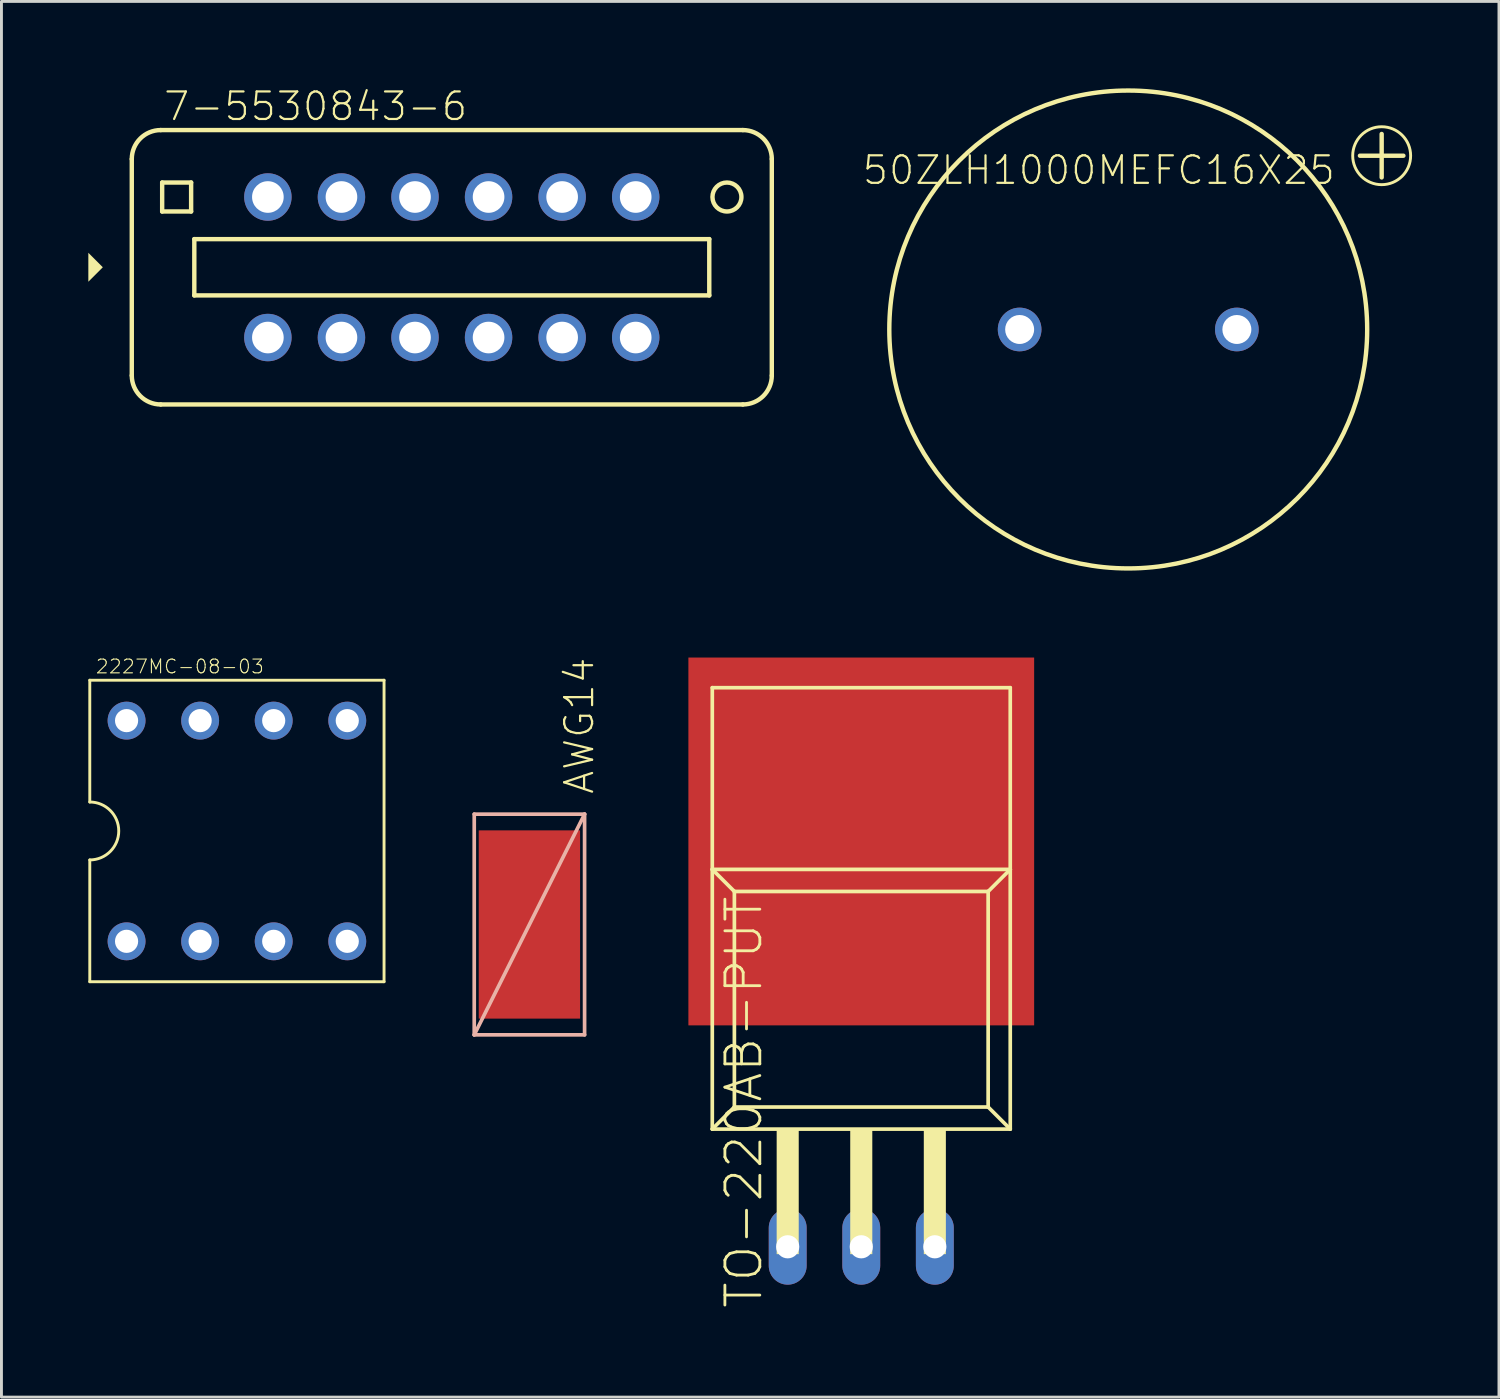
<source format=kicad_pcb>
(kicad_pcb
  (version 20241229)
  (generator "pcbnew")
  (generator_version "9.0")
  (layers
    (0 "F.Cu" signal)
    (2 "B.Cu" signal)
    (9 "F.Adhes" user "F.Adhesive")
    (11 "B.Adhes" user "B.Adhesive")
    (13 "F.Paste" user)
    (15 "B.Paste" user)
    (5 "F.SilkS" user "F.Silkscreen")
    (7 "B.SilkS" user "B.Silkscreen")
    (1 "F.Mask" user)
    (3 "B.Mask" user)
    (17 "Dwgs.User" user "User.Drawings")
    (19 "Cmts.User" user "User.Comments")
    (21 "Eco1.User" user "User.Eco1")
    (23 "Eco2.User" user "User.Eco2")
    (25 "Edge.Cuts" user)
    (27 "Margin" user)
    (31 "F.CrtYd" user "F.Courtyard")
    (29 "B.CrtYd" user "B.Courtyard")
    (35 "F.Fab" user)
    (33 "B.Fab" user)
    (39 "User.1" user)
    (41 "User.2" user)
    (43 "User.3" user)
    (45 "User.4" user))
  (footprint "50ZLH1000MEFC16X25"
    (layer "F.Cu")
    (at 35.905 8.326)
    (property "Reference" "50ZLH1000MEFC16X25" (at -9.231 -4.944 0) (layer "F.SilkS") (effects (font (size 0.95 0.95) (thickness 0.076)) (justify left bottom)))
    (attr through_hole)
    (fp_line (start 8 -6) (end 9.5 -6) (stroke (width 0.152) (type solid)) (layer "F.SilkS"))
    (fp_line (start 8.75 -6.75) (end 8.75 -5.25) (stroke (width 0.152) (type solid)) (layer "F.SilkS"))
    (fp_circle (center 0 0) (end 8.25 0) (stroke (width 0.152) (type solid)) (fill no) (layer "F.SilkS"))
    (fp_circle (center 8.75 -6) (end 9.75 -6) (stroke (width 0.1) (type solid)) (fill no) (layer "F.SilkS"))
    (pad "A" thru_hole circle (at 3.75 0) (size 1.508 1.508) (drill 1) (layers "*.Cu" "*.Mask"))
    (pad "C" thru_hole circle (at -3.75 0) (size 1.508 1.508) (drill 1) (layers "*.Cu" "*.Mask")))
  (footprint "7-5530843-6"
    (layer "F.Cu")
    (at 12.549 6.178)
    (property "Reference" "7-5530843-6" (at -10 -5 0) (layer "F.SilkS") (effects (font (size 0.95 0.95) (thickness 0.076)) (justify left bottom)))
    (attr through_hole)
    (fp_line (start -11.049 -3.737) (end -11.049 3.737) (stroke (width 0.152) (type solid)) (layer "F.SilkS"))
    (fp_line (start -10.049 4.737) (end 10.049 4.737) (stroke (width 0.152) (type solid)) (layer "F.SilkS"))
    (fp_line (start -10 -2.926) (end -10 -1.926) (stroke (width 0.152) (type solid)) (layer "F.SilkS"))
    (fp_line (start -10 -1.926) (end -9 -1.926) (stroke (width 0.152) (type solid)) (layer "F.SilkS"))
    (fp_line (start -9 -2.926) (end -10 -2.926) (stroke (width 0.152) (type solid)) (layer "F.SilkS"))
    (fp_line (start -9 -1.926) (end -9 -2.926) (stroke (width 0.152) (type solid)) (layer "F.SilkS"))
    (fp_line (start -8.89 -0.972) (end -8.89 0.972) (stroke (width 0.152) (type solid)) (layer "F.SilkS"))
    (fp_line (start -8.89 0.972) (end 8.89 0.972) (stroke (width 0.152) (type solid)) (layer "F.SilkS"))
    (fp_line (start 8.89 -0.972) (end -8.89 -0.972) (stroke (width 0.152) (type solid)) (layer "F.SilkS"))
    (fp_line (start 8.89 0.972) (end 8.89 -0.972) (stroke (width 0.152) (type solid)) (layer "F.SilkS"))
    (fp_line (start 10.049 -4.737) (end -10.049 -4.737) (stroke (width 0.152) (type solid)) (layer "F.SilkS"))
    (fp_line (start 11.049 3.737) (end 11.049 -3.737) (stroke (width 0.152) (type solid)) (layer "F.SilkS"))
    (fp_arc (start -11.049 -3.7371) (mid -10.756107 -4.444207) (end -10.049 -4.7371) (stroke (width 0.1524) (type solid)) (layer "F.SilkS"))
    (fp_arc (start -10.049 4.7371) (mid -10.756107 4.444207) (end -11.049 3.7371) (stroke (width 0.1524) (type solid)) (layer "F.SilkS"))
    (fp_arc (start 10.049 -4.7371) (mid 10.756107 -4.444207) (end 11.049 -3.7371) (stroke (width 0.1524) (type solid)) (layer "F.SilkS"))
    (fp_arc (start 11.049 3.7371) (mid 10.756107 4.444207) (end 10.049 4.7371) (stroke (width 0.1524) (type solid)) (layer "F.SilkS"))
    (fp_circle (center 9.5 -2.426) (end 10 -2.426) (stroke (width 0.152) (type solid)) (fill no) (layer "F.SilkS"))
    (fp_poly (pts (xy -12.549 -0.5) (xy -12.049 0) (xy -12.549 0.5)) (stroke (width 0) (type solid)) (fill yes) (layer "F.SilkS"))
    (pad "P$1" thru_hole circle (at -6.35 2.426) (size 1.638 1.638) (drill 1.092) (layers "*.Cu" "*.Mask"))
    (pad "P$2" thru_hole circle (at -3.81 2.426) (size 1.638 1.638) (drill 1.092) (layers "*.Cu" "*.Mask"))
    (pad "P$3" thru_hole circle (at -1.27 2.426) (size 1.638 1.638) (drill 1.092) (layers "*.Cu" "*.Mask"))
    (pad "P$4" thru_hole circle (at 1.27 2.426) (size 1.638 1.638) (drill 1.092) (layers "*.Cu" "*.Mask"))
    (pad "P$5" thru_hole circle (at 3.81 2.426) (size 1.638 1.638) (drill 1.092) (layers "*.Cu" "*.Mask"))
    (pad "P$6" thru_hole circle (at 6.35 2.426) (size 1.638 1.638) (drill 1.092) (layers "*.Cu" "*.Mask"))
    (pad "P$7" thru_hole circle (at 6.35 -2.426) (size 1.638 1.638) (drill 1.092) (layers "*.Cu" "*.Mask"))
    (pad "P$8" thru_hole circle (at 3.81 -2.426) (size 1.638 1.638) (drill 1.092) (layers "*.Cu" "*.Mask"))
    (pad "P$9" thru_hole circle (at 1.27 -2.426) (size 1.638 1.638) (drill 1.092) (layers "*.Cu" "*.Mask"))
    (pad "P$10" thru_hole circle (at -1.27 -2.426) (size 1.638 1.638) (drill 1.092) (layers "*.Cu" "*.Mask"))
    (pad "P$11" thru_hole circle (at -3.81 -2.426) (size 1.638 1.638) (drill 1.092) (layers "*.Cu" "*.Mask"))
    (pad "P$12" thru_hole circle (at -6.35 -2.426) (size 1.638 1.638) (drill 1.092) (layers "*.Cu" "*.Mask")))
  (footprint "AWG14"
    (layer "F.Cu")
    (at 15.229 28.87)
    (property "Reference" "AWG14" (at 2.286 -4.445 270) (layer "F.SilkS") (effects (font (size 0.965 0.965) (thickness 0.077)) (justify left bottom)))
    (attr through_hole)
    (fp_line (start -1.905 -3.81) (end -1.905 3.81) (stroke (width 0.127) (type solid)) (layer "B.SilkS"))
    (fp_line (start -1.905 3.81) (end 1.905 3.81) (stroke (width 0.127) (type solid)) (layer "B.SilkS"))
    (fp_line (start 1.905 -3.81) (end -1.905 -3.81) (stroke (width 0.127) (type solid)) (layer "B.SilkS"))
    (fp_line (start 1.905 -3.81) (end -1.905 3.81) (stroke (width 0.127) (type solid)) (layer "B.SilkS"))
    (fp_line (start 1.905 3.81) (end 1.905 -3.81) (stroke (width 0.127) (type solid)) (layer "B.SilkS"))
    (pad "P$1" smd rect (at 0 0 90) (size 6.5 3.5) (layers "F.Cu" "F.Mask" "F.Paste")))
  (footprint "2227MC-08-03"
    (layer "F.Cu")
    (at 5.13 25.641)
    (property "Reference" "2227MC-08-03" (at -4.9 -5.4 0) (layer "F.SilkS") (effects (font (size 0.475 0.475) (thickness 0.038)) (justify left bottom)))
    (attr through_hole)
    (fp_line (start -5.08 -5.205) (end 5.08 -5.205) (stroke (width 0.1) (type solid)) (layer "F.SilkS"))
    (fp_line (start -5.08 -1) (end -5.08 -5.205) (stroke (width 0.1) (type solid)) (layer "F.SilkS"))
    (fp_line (start -5.08 5.205) (end -5.08 1) (stroke (width 0.1) (type solid)) (layer "F.SilkS"))
    (fp_line (start 5.08 -5.205) (end 5.08 5.205) (stroke (width 0.1) (type solid)) (layer "F.SilkS"))
    (fp_line (start 5.08 5.205) (end -5.08 5.205) (stroke (width 0.1) (type solid)) (layer "F.SilkS"))
    (fp_arc (start -5.08 -1) (mid -4.08 0) (end -5.08 1) (stroke (width 0.1) (type solid)) (layer "F.SilkS"))
    (pad "P$1" thru_hole circle (at -3.81 3.81) (size 1.308 1.308) (drill 0.8) (layers "*.Cu" "*.Mask"))
    (pad "P$2" thru_hole circle (at -1.27 3.81) (size 1.308 1.308) (drill 0.8) (layers "*.Cu" "*.Mask"))
    (pad "P$3" thru_hole circle (at 1.27 3.81) (size 1.308 1.308) (drill 0.8) (layers "*.Cu" "*.Mask"))
    (pad "P$4" thru_hole circle (at 3.81 3.81) (size 1.308 1.308) (drill 0.8) (layers "*.Cu" "*.Mask"))
    (pad "P$5" thru_hole circle (at 3.81 -3.81) (size 1.308 1.308) (drill 0.8) (layers "*.Cu" "*.Mask"))
    (pad "P$6" thru_hole circle (at 1.27 -3.81) (size 1.308 1.308) (drill 0.8) (layers "*.Cu" "*.Mask"))
    (pad "P$7" thru_hole circle (at -1.27 -3.81) (size 1.308 1.308) (drill 0.8) (layers "*.Cu" "*.Mask"))
    (pad "P$8" thru_hole circle (at -3.81 -3.81) (size 1.308 1.308) (drill 0.8) (layers "*.Cu" "*.Mask")))
  (footprint "TO-220AB-PUT"
    (layer "F.Cu")
    (at 26.687 34.918)
    (property "Reference" "TO-220AB-PUT" (at -3.35 7.27 90) (layer "F.SilkS") (effects (font (size 1.206 1.206) (thickness 0.097)) (justify left bottom)))
    (attr through_hole)
    (fp_line (start -5.144 -14.224) (end -5.144 -7.95) (stroke (width 0.127) (type solid)) (layer "F.SilkS"))
    (fp_line (start -5.144 -7.95) (end -5.144 1.016) (stroke (width 0.127) (type solid)) (layer "F.SilkS"))
    (fp_line (start -5.144 -7.95) (end -4.381 -7.188) (stroke (width 0.127) (type solid)) (layer "F.SilkS"))
    (fp_line (start -5.144 -7.95) (end 5.144 -7.95) (stroke (width 0.127) (type solid)) (layer "F.SilkS"))
    (fp_line (start -5.144 1.016) (end -4.381 0.254) (stroke (width 0.127) (type solid)) (layer "F.SilkS"))
    (fp_line (start -5.144 1.016) (end 5.144 1.016) (stroke (width 0.127) (type solid)) (layer "F.SilkS"))
    (fp_line (start -4.381 -7.188) (end -4.381 0.254) (stroke (width 0.127) (type solid)) (layer "F.SilkS"))
    (fp_line (start -4.381 0.254) (end 4.381 0.254) (stroke (width 0.127) (type solid)) (layer "F.SilkS"))
    (fp_line (start 4.381 -7.188) (end -4.381 -7.188) (stroke (width 0.127) (type solid)) (layer "F.SilkS"))
    (fp_line (start 4.381 0.254) (end 4.381 -7.188) (stroke (width 0.127) (type solid)) (layer "F.SilkS"))
    (fp_line (start 5.144 -14.224) (end -5.144 -14.224) (stroke (width 0.127) (type solid)) (layer "F.SilkS"))
    (fp_line (start 5.144 -7.95) (end 4.381 -7.188) (stroke (width 0.127) (type solid)) (layer "F.SilkS"))
    (fp_line (start 5.144 -7.95) (end 5.144 -14.224) (stroke (width 0.127) (type solid)) (layer "F.SilkS"))
    (fp_line (start 5.144 1.016) (end 4.381 0.254) (stroke (width 0.127) (type solid)) (layer "F.SilkS"))
    (fp_line (start 5.144 1.016) (end 5.144 -7.95) (stroke (width 0.127) (type solid)) (layer "F.SilkS"))
    (fp_poly (pts (xy -2.921 5.334) (xy -2.159 5.334) (xy -2.159 1.016) (xy -2.921 1.016)) (stroke (width 0) (type solid)) (fill yes) (layer "F.SilkS"))
    (fp_poly (pts (xy -0.381 5.334) (xy 0.381 5.334) (xy 0.381 1.016) (xy -0.381 1.016)) (stroke (width 0) (type solid)) (fill yes) (layer "F.SilkS"))
    (fp_poly (pts (xy 2.159 5.334) (xy 2.921 5.334) (xy 2.921 1.016) (xy 2.159 1.016)) (stroke (width 0) (type solid)) (fill yes) (layer "F.SilkS"))
    (pad "D" thru_hole oval (at 0 5.08 90) (size 2.616 1.308) (drill 0.8) (layers "*.Cu" "*.Mask"))
    (pad "G" thru_hole oval (at -2.54 5.08 90) (size 2.616 1.308) (drill 0.8) (layers "*.Cu" "*.Mask"))
    (pad "P$1" smd rect (at 0 -8.915 90) (size 12.7 11.938) (layers "F.Cu" "F.Mask" "F.Paste"))
    (pad "S" thru_hole oval (at 2.54 5.08 90) (size 2.616 1.308) (drill 0.8) (layers "*.Cu" "*.Mask")))
  (gr_rect
    (start -3 -3)
    (end 48.705 45.188)
    (stroke (width 0.1) (type default))
    (fill no)
    (layer "Edge.Cuts")))
</source>
